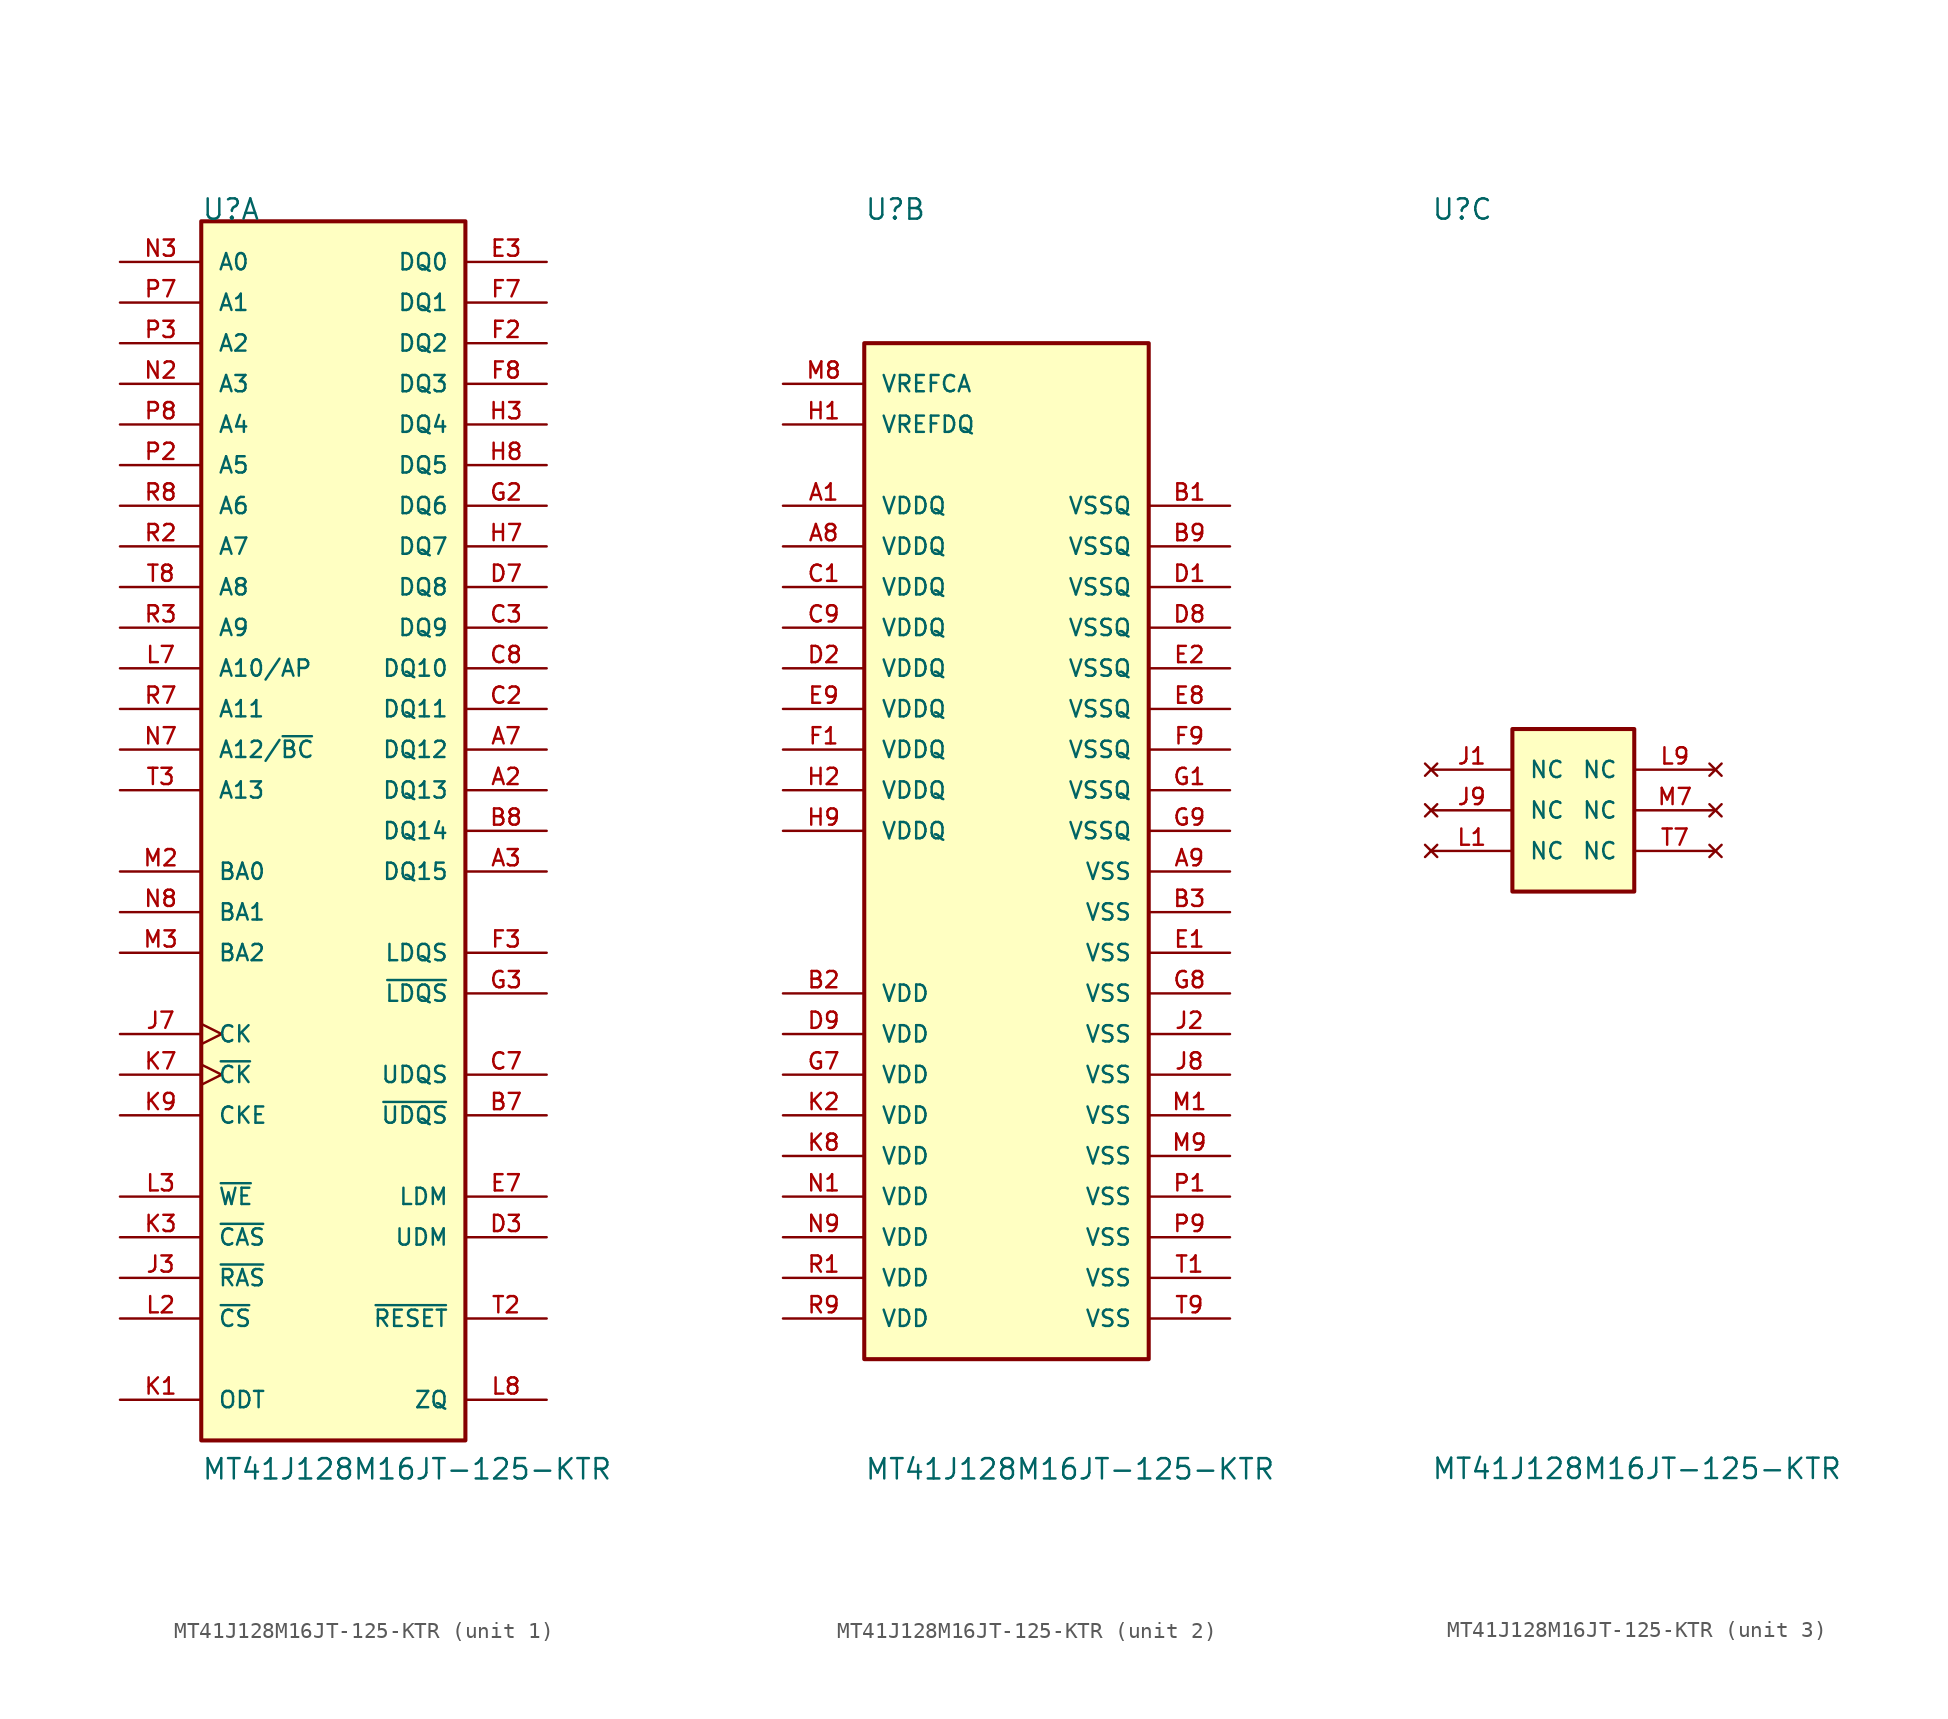
<source format=kicad_sym>
(kicad_symbol_lib
  (version 20211014)
  (generator kicad_symbol_editor)
  (symbol "MT41J128M16JT-125-KTR"
    (pin_names
      (offset 1.016))
    (property "Reference" "U"
      (at -8.89 36.83 0)
      (effects (font (size 1.27 1.27)) (justify left bottom)))
    (property "Value" "MT41J128M16JT-125-KTR"
      (at -8.89 -41.91 0)
      (effects (font (size 1.27 1.27)) (justify left bottom)))
    (property "ki_locked" ""
      (at 0 0 0)
      (effects (font (size 1.27 1.27))))
    (symbol "MT41J128M16JT-125-KTR_1_0"
      (rectangle (start -8.89 36.83) (end 7.62 -39.37) (stroke (width 0.254) (type default) (color 0 0 0 0)) (fill (type background))))
    (symbol "MT41J128M16JT-125-KTR_1_1"
      (pin bidirectional line (at 12.7 1.27 180) (length 5.08) (name "DQ13" (effects (font (size 1.016 1.016)))) (number "A2" (effects (font (size 1.016 1.016)))))
      (pin bidirectional line (at 12.7 -3.81 180) (length 5.08) (name "DQ15" (effects (font (size 1.016 1.016)))) (number "A3" (effects (font (size 1.016 1.016)))))
      (pin bidirectional line (at 12.7 3.81 180) (length 5.08) (name "DQ12" (effects (font (size 1.016 1.016)))) (number "A7" (effects (font (size 1.016 1.016)))))
      (pin bidirectional line (at 12.7 -19.05 180) (length 5.08) (name "~{UDQS}" (effects (font (size 1.016 1.016)))) (number "B7" (effects (font (size 1.016 1.016)))))
      (pin bidirectional line (at 12.7 -1.27 180) (length 5.08) (name "DQ14" (effects (font (size 1.016 1.016)))) (number "B8" (effects (font (size 1.016 1.016)))))
      (pin bidirectional line (at 12.7 6.35 180) (length 5.08) (name "DQ11" (effects (font (size 1.016 1.016)))) (number "C2" (effects (font (size 1.016 1.016)))))
      (pin bidirectional line (at 12.7 11.43 180) (length 5.08) (name "DQ9" (effects (font (size 1.016 1.016)))) (number "C3" (effects (font (size 1.016 1.016)))))
      (pin bidirectional line (at 12.7 -16.51 180) (length 5.08) (name "UDQS" (effects (font (size 1.016 1.016)))) (number "C7" (effects (font (size 1.016 1.016)))))
      (pin bidirectional line (at 12.7 8.89 180) (length 5.08) (name "DQ10" (effects (font (size 1.016 1.016)))) (number "C8" (effects (font (size 1.016 1.016)))))
      (pin input line (at 12.7 -26.67 180) (length 5.08) (name "UDM" (effects (font (size 1.016 1.016)))) (number "D3" (effects (font (size 1.016 1.016)))))
      (pin bidirectional line (at 12.7 13.97 180) (length 5.08) (name "DQ8" (effects (font (size 1.016 1.016)))) (number "D7" (effects (font (size 1.016 1.016)))))
      (pin bidirectional line (at 12.7 34.29 180) (length 5.08) (name "DQ0" (effects (font (size 1.016 1.016)))) (number "E3" (effects (font (size 1.016 1.016)))))
      (pin input line (at 12.7 -24.13 180) (length 5.08) (name "LDM" (effects (font (size 1.016 1.016)))) (number "E7" (effects (font (size 1.016 1.016)))))
      (pin bidirectional line (at 12.7 29.21 180) (length 5.08) (name "DQ2" (effects (font (size 1.016 1.016)))) (number "F2" (effects (font (size 1.016 1.016)))))
      (pin bidirectional line (at 12.7 -8.89 180) (length 5.08) (name "LDQS" (effects (font (size 1.016 1.016)))) (number "F3" (effects (font (size 1.016 1.016)))))
      (pin bidirectional line (at 12.7 31.75 180) (length 5.08) (name "DQ1" (effects (font (size 1.016 1.016)))) (number "F7" (effects (font (size 1.016 1.016)))))
      (pin bidirectional line (at 12.7 26.67 180) (length 5.08) (name "DQ3" (effects (font (size 1.016 1.016)))) (number "F8" (effects (font (size 1.016 1.016)))))
      (pin bidirectional line (at 12.7 19.05 180) (length 5.08) (name "DQ6" (effects (font (size 1.016 1.016)))) (number "G2" (effects (font (size 1.016 1.016)))))
      (pin bidirectional line (at 12.7 -11.43 180) (length 5.08) (name "~{LDQS}" (effects (font (size 1.016 1.016)))) (number "G3" (effects (font (size 1.016 1.016)))))
      (pin bidirectional line (at 12.7 24.13 180) (length 5.08) (name "DQ4" (effects (font (size 1.016 1.016)))) (number "H3" (effects (font (size 1.016 1.016)))))
      (pin bidirectional line (at 12.7 16.51 180) (length 5.08) (name "DQ7" (effects (font (size 1.016 1.016)))) (number "H7" (effects (font (size 1.016 1.016)))))
      (pin bidirectional line (at 12.7 21.59 180) (length 5.08) (name "DQ5" (effects (font (size 1.016 1.016)))) (number "H8" (effects (font (size 1.016 1.016)))))
      (pin input line (at -13.97 -29.21 0) (length 5.08) (name "~{RAS}" (effects (font (size 1.016 1.016)))) (number "J3" (effects (font (size 1.016 1.016)))))
      (pin input clock (at -13.97 -13.97 0) (length 5.08) (name "CK" (effects (font (size 1.016 1.016)))) (number "J7" (effects (font (size 1.016 1.016)))))
      (pin input line (at -13.97 -36.83 0) (length 5.08) (name "ODT" (effects (font (size 1.016 1.016)))) (number "K1" (effects (font (size 1.016 1.016)))))
      (pin input line (at -13.97 -26.67 0) (length 5.08) (name "~{CAS}" (effects (font (size 1.016 1.016)))) (number "K3" (effects (font (size 1.016 1.016)))))
      (pin input clock (at -13.97 -16.51 0) (length 5.08) (name "~{CK}" (effects (font (size 1.016 1.016)))) (number "K7" (effects (font (size 1.016 1.016)))))
      (pin input line (at -13.97 -19.05 0) (length 5.08) (name "CKE" (effects (font (size 1.016 1.016)))) (number "K9" (effects (font (size 1.016 1.016)))))
      (pin input line (at -13.97 -31.75 0) (length 5.08) (name "~{CS}" (effects (font (size 1.016 1.016)))) (number "L2" (effects (font (size 1.016 1.016)))))
      (pin input line (at -13.97 -24.13 0) (length 5.08) (name "~{WE}" (effects (font (size 1.016 1.016)))) (number "L3" (effects (font (size 1.016 1.016)))))
      (pin input line (at -13.97 8.89 0) (length 5.08) (name "A10/AP" (effects (font (size 1.016 1.016)))) (number "L7" (effects (font (size 1.016 1.016)))))
      (pin passive line (at 12.7 -36.83 180) (length 5.08) (name "ZQ" (effects (font (size 1.016 1.016)))) (number "L8" (effects (font (size 1.016 1.016)))))
      (pin input line (at -13.97 -3.81 0) (length 5.08) (name "BA0" (effects (font (size 1.016 1.016)))) (number "M2" (effects (font (size 1.016 1.016)))))
      (pin input line (at -13.97 -8.89 0) (length 5.08) (name "BA2" (effects (font (size 1.016 1.016)))) (number "M3" (effects (font (size 1.016 1.016)))))
      (pin input line (at -13.97 26.67 0) (length 5.08) (name "A3" (effects (font (size 1.016 1.016)))) (number "N2" (effects (font (size 1.016 1.016)))))
      (pin input line (at -13.97 34.29 0) (length 5.08) (name "A0" (effects (font (size 1.016 1.016)))) (number "N3" (effects (font (size 1.016 1.016)))))
      (pin input line (at -13.97 3.81 0) (length 5.08) (name "A12/~{BC}" (effects (font (size 1.016 1.016)))) (number "N7" (effects (font (size 1.016 1.016)))))
      (pin input line (at -13.97 -6.35 0) (length 5.08) (name "BA1" (effects (font (size 1.016 1.016)))) (number "N8" (effects (font (size 1.016 1.016)))))
      (pin input line (at -13.97 21.59 0) (length 5.08) (name "A5" (effects (font (size 1.016 1.016)))) (number "P2" (effects (font (size 1.016 1.016)))))
      (pin input line (at -13.97 29.21 0) (length 5.08) (name "A2" (effects (font (size 1.016 1.016)))) (number "P3" (effects (font (size 1.016 1.016)))))
      (pin input line (at -13.97 31.75 0) (length 5.08) (name "A1" (effects (font (size 1.016 1.016)))) (number "P7" (effects (font (size 1.016 1.016)))))
      (pin input line (at -13.97 24.13 0) (length 5.08) (name "A4" (effects (font (size 1.016 1.016)))) (number "P8" (effects (font (size 1.016 1.016)))))
      (pin input line (at -13.97 16.51 0) (length 5.08) (name "A7" (effects (font (size 1.016 1.016)))) (number "R2" (effects (font (size 1.016 1.016)))))
      (pin input line (at -13.97 11.43 0) (length 5.08) (name "A9" (effects (font (size 1.016 1.016)))) (number "R3" (effects (font (size 1.016 1.016)))))
      (pin input line (at -13.97 6.35 0) (length 5.08) (name "A11" (effects (font (size 1.016 1.016)))) (number "R7" (effects (font (size 1.016 1.016)))))
      (pin input line (at -13.97 19.05 0) (length 5.08) (name "A6" (effects (font (size 1.016 1.016)))) (number "R8" (effects (font (size 1.016 1.016)))))
      (pin input line (at 12.7 -31.75 180) (length 5.08) (name "~{RESET}" (effects (font (size 1.016 1.016)))) (number "T2" (effects (font (size 1.016 1.016)))))
      (pin input line (at -13.97 1.27 0) (length 5.08) (name "A13" (effects (font (size 1.016 1.016)))) (number "T3" (effects (font (size 1.016 1.016)))))
      (pin input line (at -13.97 13.97 0) (length 5.08) (name "A8" (effects (font (size 1.016 1.016)))) (number "T8" (effects (font (size 1.016 1.016))))))
    (symbol "MT41J128M16JT-125-KTR_2_0"
      (rectangle (start -8.89 29.21) (end 8.89 -34.29) (stroke (width 0.254) (type default) (color 0 0 0 0)) (fill (type background)))
      (pin power_in line (at -13.97 19.05 0) (length 5.08) (name "VDDQ" (effects (font (size 1.016 1.016)))) (number "A1" (effects (font (size 1.016 1.016)))))
      (pin power_in line (at -13.97 16.51 0) (length 5.08) (name "VDDQ" (effects (font (size 1.016 1.016)))) (number "A8" (effects (font (size 1.016 1.016)))))
      (pin passive line (at 13.97 -3.81 180) (length 5.08) (name "VSS" (effects (font (size 1.016 1.016)))) (number "A9" (effects (font (size 1.016 1.016)))))
      (pin passive line (at 13.97 19.05 180) (length 5.08) (name "VSSQ" (effects (font (size 1.016 1.016)))) (number "B1" (effects (font (size 1.016 1.016)))))
      (pin power_in line (at -13.97 -11.43 0) (length 5.08) (name "VDD" (effects (font (size 1.016 1.016)))) (number "B2" (effects (font (size 1.016 1.016)))))
      (pin passive line (at 13.97 -6.35 180) (length 5.08) (name "VSS" (effects (font (size 1.016 1.016)))) (number "B3" (effects (font (size 1.016 1.016)))))
      (pin passive line (at 13.97 16.51 180) (length 5.08) (name "VSSQ" (effects (font (size 1.016 1.016)))) (number "B9" (effects (font (size 1.016 1.016)))))
      (pin power_in line (at -13.97 13.97 0) (length 5.08) (name "VDDQ" (effects (font (size 1.016 1.016)))) (number "C1" (effects (font (size 1.016 1.016)))))
      (pin power_in line (at -13.97 11.43 0) (length 5.08) (name "VDDQ" (effects (font (size 1.016 1.016)))) (number "C9" (effects (font (size 1.016 1.016)))))
      (pin passive line (at 13.97 13.97 180) (length 5.08) (name "VSSQ" (effects (font (size 1.016 1.016)))) (number "D1" (effects (font (size 1.016 1.016)))))
      (pin power_in line (at -13.97 8.89 0) (length 5.08) (name "VDDQ" (effects (font (size 1.016 1.016)))) (number "D2" (effects (font (size 1.016 1.016)))))
      (pin passive line (at 13.97 11.43 180) (length 5.08) (name "VSSQ" (effects (font (size 1.016 1.016)))) (number "D8" (effects (font (size 1.016 1.016)))))
      (pin power_in line (at -13.97 -13.97 0) (length 5.08) (name "VDD" (effects (font (size 1.016 1.016)))) (number "D9" (effects (font (size 1.016 1.016)))))
      (pin passive line (at 13.97 -8.89 180) (length 5.08) (name "VSS" (effects (font (size 1.016 1.016)))) (number "E1" (effects (font (size 1.016 1.016)))))
      (pin passive line (at 13.97 8.89 180) (length 5.08) (name "VSSQ" (effects (font (size 1.016 1.016)))) (number "E2" (effects (font (size 1.016 1.016)))))
      (pin passive line (at 13.97 6.35 180) (length 5.08) (name "VSSQ" (effects (font (size 1.016 1.016)))) (number "E8" (effects (font (size 1.016 1.016)))))
      (pin power_in line (at -13.97 6.35 0) (length 5.08) (name "VDDQ" (effects (font (size 1.016 1.016)))) (number "E9" (effects (font (size 1.016 1.016)))))
      (pin power_in line (at -13.97 3.81 0) (length 5.08) (name "VDDQ" (effects (font (size 1.016 1.016)))) (number "F1" (effects (font (size 1.016 1.016)))))
      (pin passive line (at 13.97 3.81 180) (length 5.08) (name "VSSQ" (effects (font (size 1.016 1.016)))) (number "F9" (effects (font (size 1.016 1.016)))))
      (pin passive line (at 13.97 1.27 180) (length 5.08) (name "VSSQ" (effects (font (size 1.016 1.016)))) (number "G1" (effects (font (size 1.016 1.016)))))
      (pin power_in line (at -13.97 -16.51 0) (length 5.08) (name "VDD" (effects (font (size 1.016 1.016)))) (number "G7" (effects (font (size 1.016 1.016)))))
      (pin passive line (at 13.97 -11.43 180) (length 5.08) (name "VSS" (effects (font (size 1.016 1.016)))) (number "G8" (effects (font (size 1.016 1.016)))))
      (pin passive line (at 13.97 -1.27 180) (length 5.08) (name "VSSQ" (effects (font (size 1.016 1.016)))) (number "G9" (effects (font (size 1.016 1.016)))))
      (pin power_in line (at -13.97 24.13 0) (length 5.08) (name "VREFDQ" (effects (font (size 1.016 1.016)))) (number "H1" (effects (font (size 1.016 1.016)))))
      (pin power_in line (at -13.97 1.27 0) (length 5.08) (name "VDDQ" (effects (font (size 1.016 1.016)))) (number "H2" (effects (font (size 1.016 1.016)))))
      (pin power_in line (at -13.97 -1.27 0) (length 5.08) (name "VDDQ" (effects (font (size 1.016 1.016)))) (number "H9" (effects (font (size 1.016 1.016)))))
      (pin passive line (at 13.97 -13.97 180) (length 5.08) (name "VSS" (effects (font (size 1.016 1.016)))) (number "J2" (effects (font (size 1.016 1.016)))))
      (pin passive line (at 13.97 -16.51 180) (length 5.08) (name "VSS" (effects (font (size 1.016 1.016)))) (number "J8" (effects (font (size 1.016 1.016)))))
      (pin power_in line (at -13.97 -19.05 0) (length 5.08) (name "VDD" (effects (font (size 1.016 1.016)))) (number "K2" (effects (font (size 1.016 1.016)))))
      (pin power_in line (at -13.97 -21.59 0) (length 5.08) (name "VDD" (effects (font (size 1.016 1.016)))) (number "K8" (effects (font (size 1.016 1.016)))))
      (pin passive line (at 13.97 -19.05 180) (length 5.08) (name "VSS" (effects (font (size 1.016 1.016)))) (number "M1" (effects (font (size 1.016 1.016)))))
      (pin power_in line (at -13.97 26.67 0) (length 5.08) (name "VREFCA" (effects (font (size 1.016 1.016)))) (number "M8" (effects (font (size 1.016 1.016)))))
      (pin passive line (at 13.97 -21.59 180) (length 5.08) (name "VSS" (effects (font (size 1.016 1.016)))) (number "M9" (effects (font (size 1.016 1.016)))))
      (pin power_in line (at -13.97 -24.13 0) (length 5.08) (name "VDD" (effects (font (size 1.016 1.016)))) (number "N1" (effects (font (size 1.016 1.016)))))
      (pin power_in line (at -13.97 -26.67 0) (length 5.08) (name "VDD" (effects (font (size 1.016 1.016)))) (number "N9" (effects (font (size 1.016 1.016)))))
      (pin passive line (at 13.97 -24.13 180) (length 5.08) (name "VSS" (effects (font (size 1.016 1.016)))) (number "P1" (effects (font (size 1.016 1.016)))))
      (pin passive line (at 13.97 -26.67 180) (length 5.08) (name "VSS" (effects (font (size 1.016 1.016)))) (number "P9" (effects (font (size 1.016 1.016)))))
      (pin power_in line (at -13.97 -29.21 0) (length 5.08) (name "VDD" (effects (font (size 1.016 1.016)))) (number "R1" (effects (font (size 1.016 1.016)))))
      (pin power_in line (at -13.97 -31.75 0) (length 5.08) (name "VDD" (effects (font (size 1.016 1.016)))) (number "R9" (effects (font (size 1.016 1.016)))))
      (pin passive line (at 13.97 -29.21 180) (length 5.08) (name "VSS" (effects (font (size 1.016 1.016)))) (number "T1" (effects (font (size 1.016 1.016)))))
      (pin passive line (at 13.97 -31.75 180) (length 5.08) (name "VSS" (effects (font (size 1.016 1.016)))) (number "T9" (effects (font (size 1.016 1.016))))))
    (symbol "MT41J128M16JT-125-KTR_3_0"
      (rectangle (start -3.81 5.08) (end 3.81 -5.08) (stroke (width 0.254) (type default) (color 0 0 0 0)) (fill (type background)))
      (pin no_connect line (at -8.89 2.54 0) (length 5.08) (name "NC" (effects (font (size 1.016 1.016)))) (number "J1" (effects (font (size 1.016 1.016)))))
      (pin no_connect line (at -8.89 0 0) (length 5.08) (name "NC" (effects (font (size 1.016 1.016)))) (number "J9" (effects (font (size 1.016 1.016)))))
      (pin no_connect line (at -8.89 -2.54 0) (length 5.08) (name "NC" (effects (font (size 1.016 1.016)))) (number "L1" (effects (font (size 1.016 1.016)))))
      (pin no_connect line (at 8.89 2.54 180) (length 5.08) (name "NC" (effects (font (size 1.016 1.016)))) (number "L9" (effects (font (size 1.016 1.016)))))
      (pin no_connect line (at 8.89 0 180) (length 5.08) (name "NC" (effects (font (size 1.016 1.016)))) (number "M7" (effects (font (size 1.016 1.016)))))
      (pin no_connect line (at 8.89 -2.54 180) (length 5.08) (name "NC" (effects (font (size 1.016 1.016)))) (number "T7" (effects (font (size 1.016 1.016))))))))
</source>
